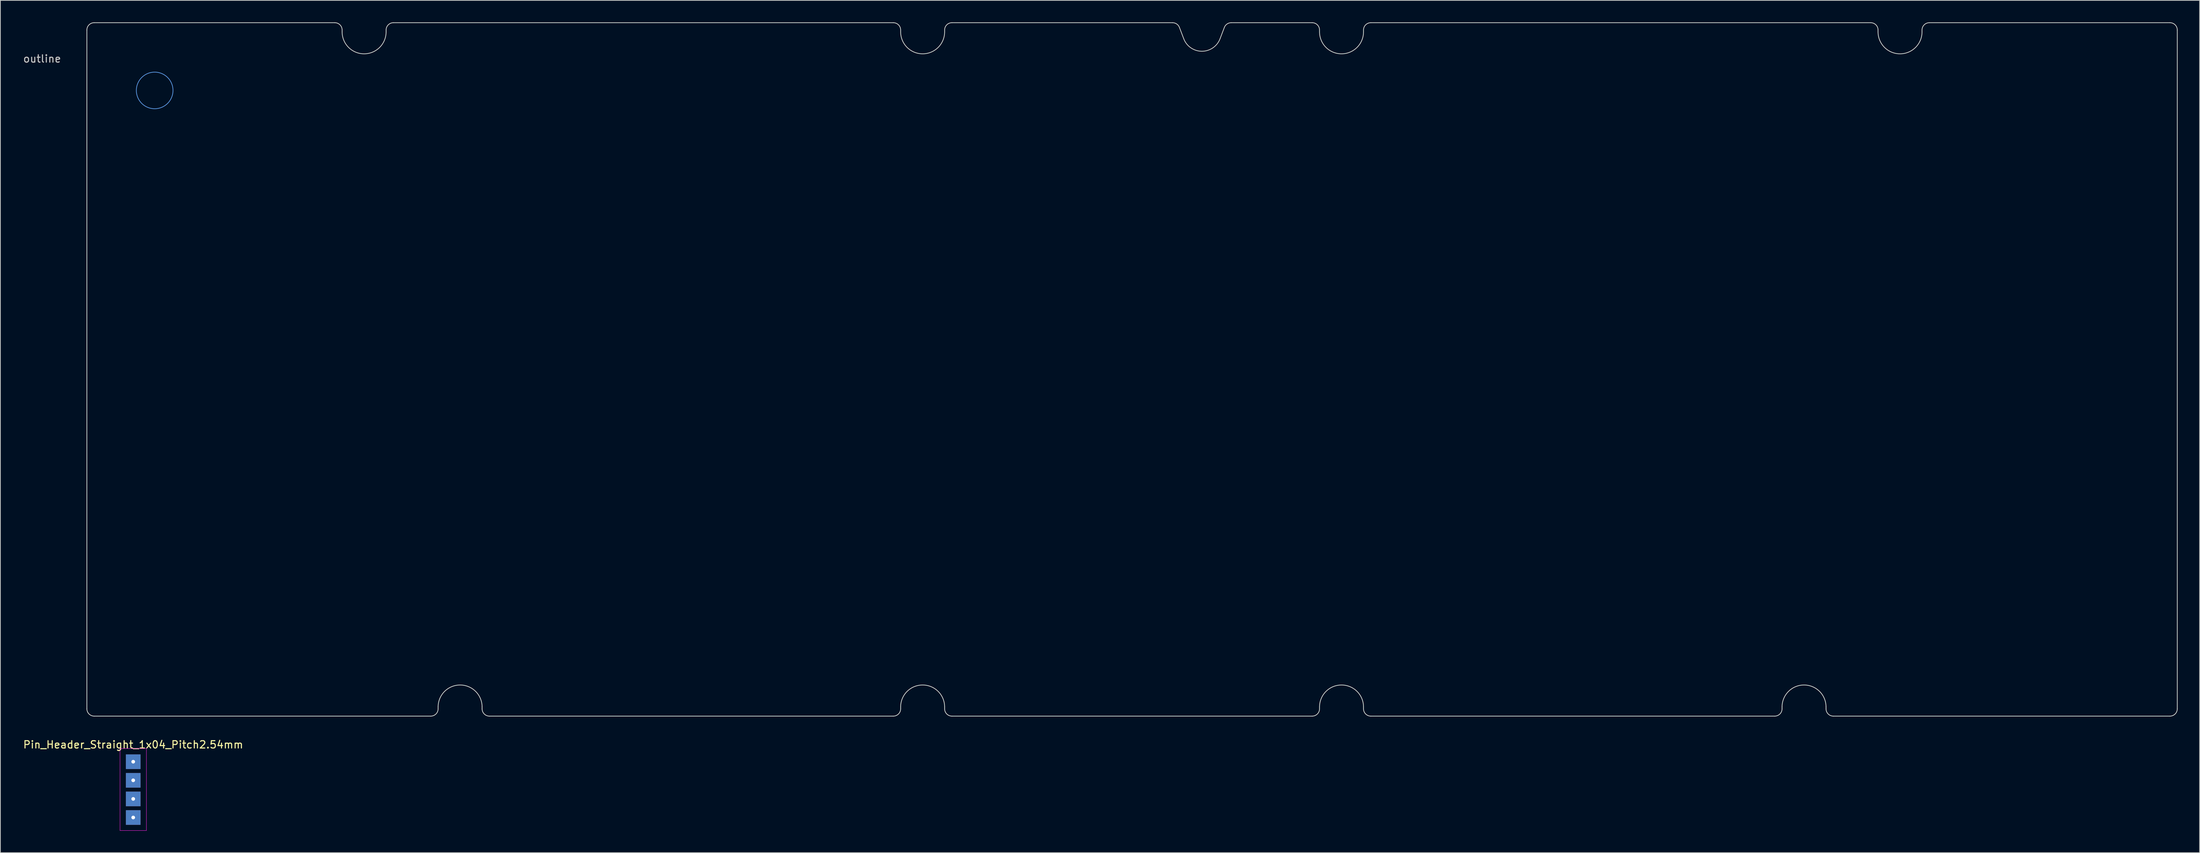
<source format=kicad_pcb>
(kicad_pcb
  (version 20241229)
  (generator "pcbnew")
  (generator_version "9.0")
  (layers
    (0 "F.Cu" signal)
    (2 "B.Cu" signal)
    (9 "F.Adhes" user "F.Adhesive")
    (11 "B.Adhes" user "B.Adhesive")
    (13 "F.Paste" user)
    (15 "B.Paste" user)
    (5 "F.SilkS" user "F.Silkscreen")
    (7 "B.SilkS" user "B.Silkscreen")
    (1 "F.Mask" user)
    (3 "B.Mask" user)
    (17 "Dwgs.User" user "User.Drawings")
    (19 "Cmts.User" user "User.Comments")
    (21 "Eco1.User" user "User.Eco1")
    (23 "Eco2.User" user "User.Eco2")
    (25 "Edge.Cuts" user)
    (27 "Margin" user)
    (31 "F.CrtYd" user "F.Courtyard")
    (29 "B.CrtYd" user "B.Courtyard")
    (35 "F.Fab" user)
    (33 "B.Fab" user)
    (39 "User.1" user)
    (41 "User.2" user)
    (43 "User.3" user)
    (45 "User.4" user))
  (footprint "outline"
    (layer "F.Cu")
    (at 18.127 9.55)
    (property "Reference" "outline" (at -15.431 -4.572 0) (layer "Dwgs.User") (effects (font (size 1 1) (thickness 0.15))))
    (attr through_hole)
    (fp_circle (center -0.075 -0.25) (end 2.425 -0.25) (stroke (width 0.1) (type solid)) (fill no) (layer "Cmts.User"))
    (fp_line (start -9.325 84.2) (end -9.325 -8.5) (stroke (width 0.1) (type solid)) (layer "Edge.Cuts"))
    (fp_line (start -8.325 -9.5) (end 24.5 -9.5) (stroke (width 0.1) (type solid)) (layer "Edge.Cuts"))
    (fp_line (start 25.5 -8.5) (end 25.5 -8.25) (stroke (width 0.1) (type solid)) (layer "Edge.Cuts"))
    (fp_line (start 31.5 -8.25) (end 31.5 -8.5) (stroke (width 0.1) (type solid)) (layer "Edge.Cuts"))
    (fp_line (start 32.5 -9.5) (end 100.7 -9.5) (stroke (width 0.1) (type solid)) (layer "Edge.Cuts"))
    (fp_line (start 37.597 85.2) (end -8.325 85.2) (stroke (width 0.1) (type solid)) (layer "Edge.Cuts"))
    (fp_line (start 38.597 83.95) (end 38.597 84.2) (stroke (width 0.1) (type solid)) (layer "Edge.Cuts"))
    (fp_line (start 44.597 84.2) (end 44.597 83.95) (stroke (width 0.1) (type solid)) (layer "Edge.Cuts"))
    (fp_line (start 100.7 85.2) (end 45.597 85.2) (stroke (width 0.1) (type solid)) (layer "Edge.Cuts"))
    (fp_line (start 101.7 -8.5) (end 101.7 -8.25) (stroke (width 0.1) (type solid)) (layer "Edge.Cuts"))
    (fp_line (start 101.7 83.95) (end 101.7 84.2) (stroke (width 0.1) (type solid)) (layer "Edge.Cuts"))
    (fp_line (start 107.7 -8.25) (end 107.7 -8.5) (stroke (width 0.1) (type solid)) (layer "Edge.Cuts"))
    (fp_line (start 107.7 84.2) (end 107.7 83.95) (stroke (width 0.1) (type solid)) (layer "Edge.Cuts"))
    (fp_line (start 108.7 -9.5) (end 138.8 -9.5) (stroke (width 0.1) (type solid)) (layer "Edge.Cuts"))
    (fp_line (start 139.735 -8.855) (end 140.323 -7.309) (stroke (width 0.1) (type solid)) (layer "Edge.Cuts"))
    (fp_line (start 145.277 -7.309) (end 145.865 -8.855) (stroke (width 0.1) (type solid)) (layer "Edge.Cuts"))
    (fp_line (start 146.8 -9.5) (end 157.85 -9.5) (stroke (width 0.1) (type solid)) (layer "Edge.Cuts"))
    (fp_line (start 157.85 85.2) (end 108.7 85.2) (stroke (width 0.1) (type solid)) (layer "Edge.Cuts"))
    (fp_line (start 158.85 83.95) (end 158.85 84.2) (stroke (width 0.1) (type solid)) (layer "Edge.Cuts"))
    (fp_line (start 158.85 -8.5) (end 158.85 -8.25) (stroke (width 0.1) (type solid)) (layer "Edge.Cuts"))
    (fp_line (start 164.85 84.2) (end 164.85 83.95) (stroke (width 0.1) (type solid)) (layer "Edge.Cuts"))
    (fp_line (start 164.85 -8.25) (end 164.85 -8.5) (stroke (width 0.1) (type solid)) (layer "Edge.Cuts"))
    (fp_line (start 165.85 -9.5) (end 234.05 -9.5) (stroke (width 0.1) (type solid)) (layer "Edge.Cuts"))
    (fp_line (start 220.953 85.2) (end 165.85 85.2) (stroke (width 0.1) (type solid)) (layer "Edge.Cuts"))
    (fp_line (start 221.953 83.95) (end 221.953 84.2) (stroke (width 0.1) (type solid)) (layer "Edge.Cuts"))
    (fp_line (start 227.953 84.2) (end 227.953 83.95) (stroke (width 0.1) (type solid)) (layer "Edge.Cuts"))
    (fp_line (start 235.05 -8.5) (end 235.05 -8.25) (stroke (width 0.1) (type solid)) (layer "Edge.Cuts"))
    (fp_line (start 241.05 -8.25) (end 241.05 -8.5) (stroke (width 0.1) (type solid)) (layer "Edge.Cuts"))
    (fp_line (start 242.05 -9.5) (end 274.875 -9.5) (stroke (width 0.1) (type solid)) (layer "Edge.Cuts"))
    (fp_line (start 274.875 85.2) (end 228.953 85.2) (stroke (width 0.1) (type solid)) (layer "Edge.Cuts"))
    (fp_line (start 275.875 -8.5) (end 275.875 84.2) (stroke (width 0.1) (type solid)) (layer "Edge.Cuts"))
    (fp_arc (start -9.324999 -8.5) (mid -9.032106 -9.207107) (end -8.324999 -9.5) (stroke (width 0.1) (type solid)) (layer "Edge.Cuts"))
    (fp_arc (start -8.324999 85.2) (mid -9.032106 84.907107) (end -9.324999 84.2) (stroke (width 0.1) (type solid)) (layer "Edge.Cuts"))
    (fp_arc (start 24.500001 -9.5) (mid 25.207108 -9.207107) (end 25.500001 -8.5) (stroke (width 0.1) (type solid)) (layer "Edge.Cuts"))
    (fp_arc (start 31.5 -8.5) (mid 31.792893 -9.207107) (end 32.5 -9.5) (stroke (width 0.1) (type solid)) (layer "Edge.Cuts"))
    (fp_arc (start 31.500001 -8.25) (mid 28.500001 -5.25) (end 25.500001 -8.25) (stroke (width 0.1) (type solid)) (layer "Edge.Cuts"))
    (fp_arc (start 38.596876 83.95) (mid 41.596876 80.95) (end 44.596876 83.95) (stroke (width 0.1) (type solid)) (layer "Edge.Cuts"))
    (fp_arc (start 38.596876 84.2) (mid 38.303983 84.907107) (end 37.596876 85.2) (stroke (width 0.1) (type solid)) (layer "Edge.Cuts"))
    (fp_arc (start 45.596876 85.2) (mid 44.889769 84.907107) (end 44.596876 84.2) (stroke (width 0.1) (type solid)) (layer "Edge.Cuts"))
    (fp_arc (start 100.700001 -9.5) (mid 101.407108 -9.207107) (end 101.700001 -8.5) (stroke (width 0.1) (type solid)) (layer "Edge.Cuts"))
    (fp_arc (start 101.700001 83.95) (mid 104.700001 80.95) (end 107.700001 83.95) (stroke (width 0.1) (type solid)) (layer "Edge.Cuts"))
    (fp_arc (start 101.700001 84.2) (mid 101.407108 84.907107) (end 100.700001 85.2) (stroke (width 0.1) (type solid)) (layer "Edge.Cuts"))
    (fp_arc (start 107.700001 -8.5) (mid 107.992894 -9.207107) (end 108.700001 -9.5) (stroke (width 0.1) (type solid)) (layer "Edge.Cuts"))
    (fp_arc (start 107.700001 -8.25) (mid 104.700001 -5.25) (end 101.700001 -8.25) (stroke (width 0.1) (type solid)) (layer "Edge.Cuts"))
    (fp_arc (start 108.700001 85.2) (mid 107.992894 84.907107) (end 107.700001 84.2) (stroke (width 0.1) (type solid)) (layer "Edge.Cuts"))
    (fp_arc (start 138.800298 -9.5) (mid 139.36808 -9.323179) (end 139.73507 -8.855247) (stroke (width 0.1) (type solid)) (layer "Edge.Cuts"))
    (fp_arc (start 145.277148 -7.308595) (mid 142.800001 -5.6) (end 140.322854 -7.308594) (stroke (width 0.1) (type solid)) (layer "Edge.Cuts"))
    (fp_arc (start 145.864932 -8.855247) (mid 146.231922 -9.323179) (end 146.799704 -9.5) (stroke (width 0.1) (type solid)) (layer "Edge.Cuts"))
    (fp_arc (start 157.850001 -9.5) (mid 158.557108 -9.207107) (end 158.850001 -8.5) (stroke (width 0.1) (type solid)) (layer "Edge.Cuts"))
    (fp_arc (start 158.85 83.95) (mid 161.85 80.95) (end 164.85 83.95) (stroke (width 0.1) (type solid)) (layer "Edge.Cuts"))
    (fp_arc (start 158.85 84.2) (mid 158.557107 84.907107) (end 157.85 85.2) (stroke (width 0.1) (type solid)) (layer "Edge.Cuts"))
    (fp_arc (start 164.850001 -8.5) (mid 165.142894 -9.207107) (end 165.850001 -9.5) (stroke (width 0.1) (type solid)) (layer "Edge.Cuts"))
    (fp_arc (start 164.850001 -8.25) (mid 161.850001 -5.25) (end 158.850001 -8.25) (stroke (width 0.1) (type solid)) (layer "Edge.Cuts"))
    (fp_arc (start 165.85 85.2) (mid 165.142893 84.907107) (end 164.85 84.2) (stroke (width 0.1) (type solid)) (layer "Edge.Cuts"))
    (fp_arc (start 221.953125 84.199999) (mid 221.660232 84.907106) (end 220.953126 85.2) (stroke (width 0.1) (type solid)) (layer "Edge.Cuts"))
    (fp_arc (start 221.953126 83.95) (mid 224.953126 80.95) (end 227.953126 83.95) (stroke (width 0.1) (type solid)) (layer "Edge.Cuts"))
    (fp_arc (start 228.953126 85.2) (mid 228.246019 84.907107) (end 227.953126 84.2) (stroke (width 0.1) (type solid)) (layer "Edge.Cuts"))
    (fp_arc (start 234.050001 -9.5) (mid 234.757108 -9.207107) (end 235.050001 -8.5) (stroke (width 0.1) (type solid)) (layer "Edge.Cuts"))
    (fp_arc (start 241.050001 -8.5) (mid 241.342894 -9.207107) (end 242.050001 -9.5) (stroke (width 0.1) (type solid)) (layer "Edge.Cuts"))
    (fp_arc (start 241.050001 -8.25) (mid 238.050001 -5.25) (end 235.050001 -8.25) (stroke (width 0.1) (type solid)) (layer "Edge.Cuts"))
    (fp_arc (start 274.875001 -9.5) (mid 275.582108 -9.207107) (end 275.875001 -8.5) (stroke (width 0.1) (type solid)) (layer "Edge.Cuts"))
    (fp_arc (start 275.875001 84.2) (mid 275.582108 84.907107) (end 274.875001 85.2) (stroke (width 0.1) (type solid)) (layer "Edge.Cuts")))
  (footprint "Pin_Header_Straight_1x04_Pitch2.54mm"
    (layer "F.Cu")
    (at 15.125 100.978)
    (property "Reference" "Pin_Header_Straight_1x04_Pitch2.54mm" (at 0 -2.33 0) (layer "F.SilkS") (effects (font (size 1 1) (thickness 0.15))))
    (attr through_hole)
    (fp_line (start -1.8 -1.8) (end -1.8 9.4) (stroke (width 0.05) (type solid)) (layer "F.CrtYd"))
    (fp_line (start -1.8 9.4) (end 1.8 9.4) (stroke (width 0.05) (type solid)) (layer "F.CrtYd"))
    (fp_line (start 1.8 -1.8) (end -1.8 -1.8) (stroke (width 0.05) (type solid)) (layer "F.CrtYd"))
    (fp_line (start 1.8 9.4) (end 1.8 -1.8) (stroke (width 0.05) (type solid)) (layer "F.CrtYd"))
    (pad "1" thru_hole rect (at 0 0) (size 2 2) (drill 0.5) (layers "*.Cu" "B.Mask"))
    (pad "2" thru_hole rect (at 0 2.54) (size 2 2) (drill 0.5) (layers "*.Cu" "B.Mask"))
    (pad "3" thru_hole rect (at 0 5.08) (size 2 2) (drill 0.5) (layers "*.Cu" "B.Mask"))
    (pad "4" thru_hole rect (at 0 7.62) (size 2 2) (drill 0.5) (layers "*.Cu" "B.Mask")))
  (gr_rect
    (start -3 -3)
    (end 297.052 113.403)
    (stroke (width 0.1) (type default))
    (fill no)
    (layer "Edge.Cuts")))
</source>
